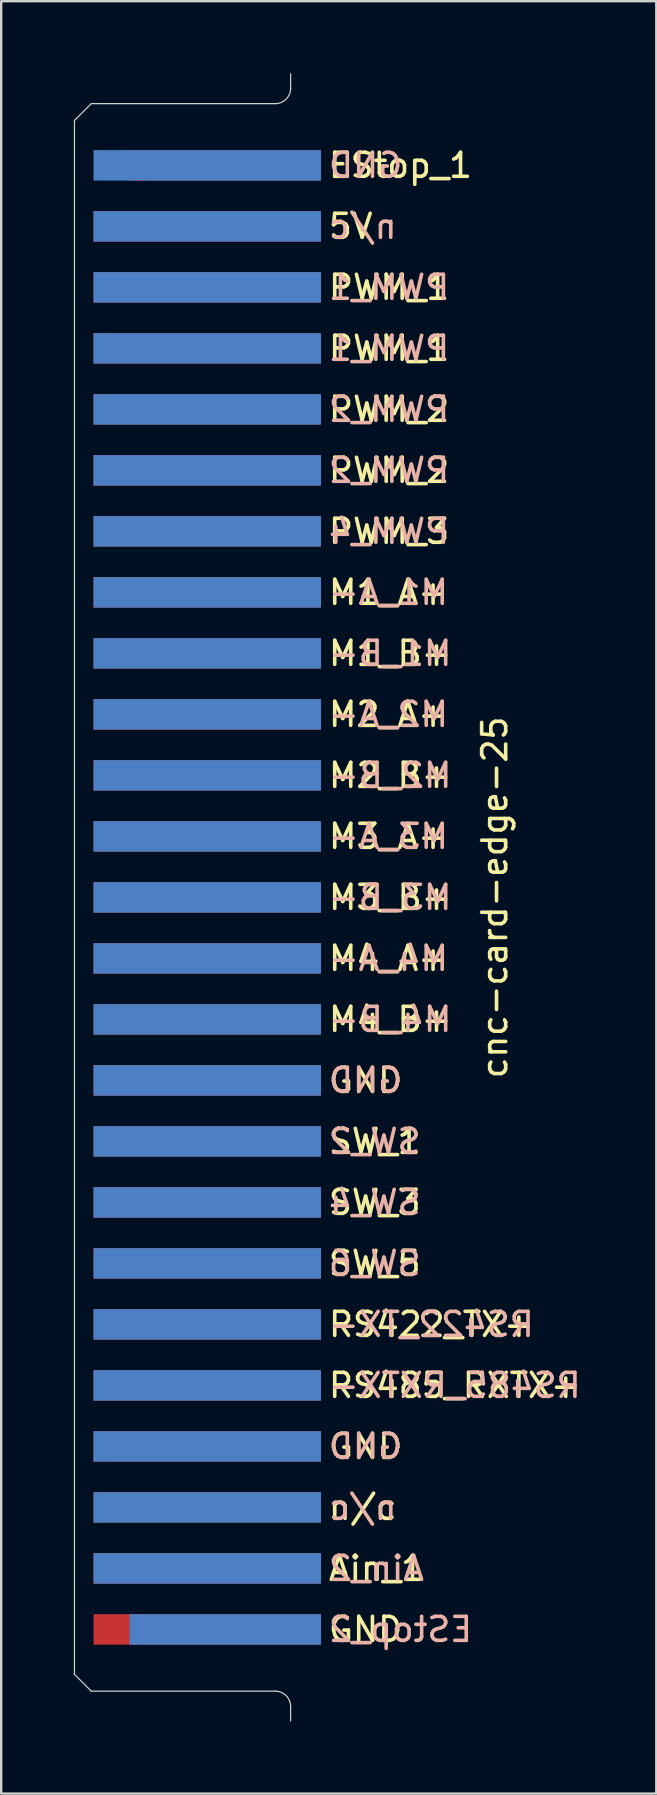
<source format=kicad_pcb>
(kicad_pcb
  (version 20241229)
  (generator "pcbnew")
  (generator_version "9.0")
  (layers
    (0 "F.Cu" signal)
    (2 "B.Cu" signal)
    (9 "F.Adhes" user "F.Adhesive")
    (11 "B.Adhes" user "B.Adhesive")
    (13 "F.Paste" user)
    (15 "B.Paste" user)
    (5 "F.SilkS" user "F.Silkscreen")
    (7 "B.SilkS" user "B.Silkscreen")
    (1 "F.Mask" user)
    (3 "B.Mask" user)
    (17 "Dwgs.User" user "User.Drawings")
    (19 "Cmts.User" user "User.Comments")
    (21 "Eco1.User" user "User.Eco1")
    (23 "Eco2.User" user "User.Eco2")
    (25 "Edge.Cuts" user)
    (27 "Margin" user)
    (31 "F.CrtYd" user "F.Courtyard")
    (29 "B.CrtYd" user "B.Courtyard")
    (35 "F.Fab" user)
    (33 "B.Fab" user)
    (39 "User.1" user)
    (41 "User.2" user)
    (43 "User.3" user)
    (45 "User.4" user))
  (footprint "cnc-card-edge-25"
    (layer "F.Cu")
    (at 9.05 34.315)
    (property "Reference" "cnc-card-edge-25" (at 8.5 0 270) (layer "F.SilkS") (effects (font (size 1 1) (thickness 0.15))))
    (attr through_hole)
    (fp_poly (pts (xy -9 -33.05) (xy 0 -33.05) (xy 0 33.05) (xy -9 33.05)) (stroke (width 0.1) (type solid)) (fill yes) (layer "F.Mask"))
    (fp_poly (pts (xy -9 -33.05) (xy 0 -33.05) (xy 0 33.05) (xy -9 33.05)) (stroke (width 0.1) (type solid)) (fill yes) (layer "B.Mask"))
    (fp_line (start -9 -32.35) (end -9 32.35) (stroke (width 0.05) (type solid)) (layer "Edge.Cuts"))
    (fp_line (start -9 32.35) (end -8.3 33.05) (stroke (width 0.05) (type solid)) (layer "Edge.Cuts"))
    (fp_line (start -8.3 -33.05) (end -9 -32.35) (stroke (width 0.05) (type solid)) (layer "Edge.Cuts"))
    (fp_line (start -8.3 33.05) (end -0.63 33.05) (stroke (width 0.05) (type solid)) (layer "Edge.Cuts"))
    (fp_line (start -0.63 -33.05) (end -8.3 -33.05) (stroke (width 0.05) (type solid)) (layer "Edge.Cuts"))
    (fp_line (start 0 -34.29) (end 0 -33.68) (stroke (width 0.05) (type solid)) (layer "Edge.Cuts"))
    (fp_line (start 0 33.685) (end 0 34.29) (stroke (width 0.05) (type solid)) (layer "Edge.Cuts"))
    (fp_arc (start -0.635 33.049999) (mid -0.185988 33.235986) (end -0.000001 33.684998) (stroke (width 0.05) (type solid)) (layer "Edge.Cuts"))
    (fp_arc (start -0.000001 -33.684998) (mid -0.185988 -33.235986) (end -0.635 -33.049999) (stroke (width 0.05) (type solid)) (layer "Edge.Cuts"))
    (fp_text user "SW_1" (at 1.5 10.16 0) (layer "F.SilkS") (effects (font (size 1 1) (thickness 0.15)) (justify left)))
    (fp_text user "Ain_1" (at 1.5 27.94 0) (layer "F.SilkS") (effects (font (size 1 1) (thickness 0.15)) (justify left)))
    (fp_text user "M2_B+" (at 1.5 -5.08 0) (layer "F.SilkS") (effects (font (size 1 1) (thickness 0.15)) (justify left)))
    (fp_text user "M4_B+" (at 1.5 5.08 0) (layer "F.SilkS") (effects (font (size 1 1) (thickness 0.15)) (justify left)))
    (fp_text user "M1_A+" (at 1.5 -12.7 0) (layer "F.SilkS") (effects (font (size 1 1) (thickness 0.15)) (justify left)))
    (fp_text user "PWM_2" (at 1.5 -17.78 0) (layer "F.SilkS") (effects (font (size 1 1) (thickness 0.15)) (justify left)))
    (fp_text user "PWM_1" (at 1.5 -22.86 0) (layer "F.SilkS") (effects (font (size 1 1) (thickness 0.15)) (justify left)))
    (fp_text user "EStop_1" (at 1.5 -30.48 0) (layer "F.SilkS") (effects (font (size 1 1) (thickness 0.15)) (justify left)))
    (fp_text user "RS422_TX+" (at 1.5 17.78 0) (layer "F.SilkS") (effects (font (size 1 1) (thickness 0.15)) (justify left)))
    (fp_text user "n/c" (at 1.5 25.4 0) (layer "F.SilkS") (effects (font (size 1 1) (thickness 0.15)) (justify left)))
    (fp_text user "GND" (at 1.5 30.48 0) (layer "F.SilkS") (effects (font (size 1 1) (thickness 0.15)) (justify left)))
    (fp_text user "GND" (at 1.5 22.86 0) (layer "F.SilkS") (effects (font (size 1 1) (thickness 0.15)) (justify left)))
    (fp_text user "SW_3" (at 1.5 12.7 0) (layer "F.SilkS") (effects (font (size 1 1) (thickness 0.15)) (justify left)))
    (fp_text user "M4_A+" (at 1.5 2.54 0) (layer "F.SilkS") (effects (font (size 1 1) (thickness 0.15)) (justify left)))
    (fp_text user "PWM_3" (at 1.5 -15.24 0) (layer "F.SilkS") (effects (font (size 1 1) (thickness 0.15)) (justify left)))
    (fp_text user "PWM_1" (at 1.5 -25.4 0) (layer "F.SilkS") (effects (font (size 1 1) (thickness 0.15)) (justify left)))
    (fp_text user "SW_5" (at 1.5 15.24 0) (layer "F.SilkS") (effects (font (size 1 1) (thickness 0.15)) (justify left)))
    (fp_text user "PWM_2" (at 1.5 -20.32 0) (layer "F.SilkS") (effects (font (size 1 1) (thickness 0.15)) (justify left)))
    (fp_text user "M3_B+" (at 1.5 0 0) (layer "F.SilkS") (effects (font (size 1 1) (thickness 0.15)) (justify left)))
    (fp_text user "M3_A+" (at 1.5 -2.54 0) (layer "F.SilkS") (effects (font (size 1 1) (thickness 0.15)) (justify left)))
    (fp_text user "GND" (at 1.5 7.62 0) (layer "F.SilkS") (effects (font (size 1 1) (thickness 0.15)) (justify left)))
    (fp_text user "5V" (at 1.5 -27.94 0) (layer "F.SilkS") (effects (font (size 1 1) (thickness 0.15)) (justify left)))
    (fp_text user "M1_B+" (at 1.5 -10.16 0) (layer "F.SilkS") (effects (font (size 1 1) (thickness 0.15)) (justify left)))
    (fp_text user "RS485_RXTX+" (at 1.5 20.32 0) (layer "F.SilkS") (effects (font (size 1 1) (thickness 0.15)) (justify left)))
    (fp_text user "M2_A+" (at 1.5 -7.62 0) (layer "F.SilkS") (effects (font (size 1 1) (thickness 0.15)) (justify left)))
    (fp_text user "n/c" (at 1.5 -27.94 0) (layer "B.SilkS") (effects (font (size 1 1) (thickness 0.15)) (justify right mirror)))
    (fp_text user "RS422_TX-" (at 1.5 17.78 0) (layer "B.SilkS") (effects (font (size 1 1) (thickness 0.15)) (justify right mirror)))
    (fp_text user "M4_B-" (at 1.5 5.08 0) (layer "B.SilkS") (effects (font (size 1 1) (thickness 0.15)) (justify right mirror)))
    (fp_text user "M1_A-" (at 1.5 -12.7 0) (layer "B.SilkS") (effects (font (size 1 1) (thickness 0.15)) (justify right mirror)))
    (fp_text user "GND" (at 1.5 22.86 0) (layer "B.SilkS") (effects (font (size 1 1) (thickness 0.15)) (justify right mirror)))
    (fp_text user "M3_A-" (at 1.5 -2.54 0) (layer "B.SilkS") (effects (font (size 1 1) (thickness 0.15)) (justify right mirror)))
    (fp_text user "SW_6" (at 1.5 15.24 0) (layer "B.SilkS") (effects (font (size 1 1) (thickness 0.15)) (justify right mirror)))
    (fp_text user "PWM_2" (at 1.5 -20.32 0) (layer "B.SilkS") (effects (font (size 1 1) (thickness 0.15)) (justify right mirror)))
    (fp_text user "SW_4" (at 1.5 12.7 0) (layer "B.SilkS") (effects (font (size 1 1) (thickness 0.15)) (justify right mirror)))
    (fp_text user "GND" (at 1.5 7.62 0) (layer "B.SilkS") (effects (font (size 1 1) (thickness 0.15)) (justify right mirror)))
    (fp_text user "PWM_2" (at 1.5 -17.78 0) (layer "B.SilkS") (effects (font (size 1 1) (thickness 0.15)) (justify right mirror)))
    (fp_text user "GND" (at 1.5 -30.48 0) (layer "B.SilkS") (effects (font (size 1 1) (thickness 0.15)) (justify right mirror)))
    (fp_text user "n/c" (at 1.5 25.4 0) (layer "B.SilkS") (effects (font (size 1 1) (thickness 0.15)) (justify right mirror)))
    (fp_text user "PWM_1" (at 1.5 -25.4 0) (layer "B.SilkS") (effects (font (size 1 1) (thickness 0.15)) (justify right mirror)))
    (fp_text user "M2_B-" (at 1.5 -5.08 0) (layer "B.SilkS") (effects (font (size 1 1) (thickness 0.15)) (justify right mirror)))
    (fp_text user "PWM_1" (at 1.5 -22.86 0) (layer "B.SilkS") (effects (font (size 1 1) (thickness 0.15)) (justify right mirror)))
    (fp_text user "EStop_2" (at 1.5 30.48 0) (layer "B.SilkS") (effects (font (size 1 1) (thickness 0.15)) (justify right mirror)))
    (fp_text user "SW_2" (at 1.5 10.16 0) (layer "B.SilkS") (effects (font (size 1 1) (thickness 0.15)) (justify right mirror)))
    (fp_text user "M2_A-" (at 1.5 -7.62 0) (layer "B.SilkS") (effects (font (size 1 1) (thickness 0.15)) (justify right mirror)))
    (fp_text user "M1_B-" (at 1.5 -10.16 0) (layer "B.SilkS") (effects (font (size 1 1) (thickness 0.15)) (justify right mirror)))
    (fp_text user "RS485_RXTX-" (at 1.5 20.32 0) (layer "B.SilkS") (effects (font (size 1 1) (thickness 0.15)) (justify right mirror)))
    (fp_text user "Ain_2" (at 1.5 27.94 0) (layer "B.SilkS") (effects (font (size 1 1) (thickness 0.15)) (justify right mirror)))
    (fp_text user "M3_B-" (at 1.5 0 0) (layer "B.SilkS") (effects (font (size 1 1) (thickness 0.15)) (justify right mirror)))
    (fp_text user "M4_A-" (at 1.5 2.54 0) (layer "B.SilkS") (effects (font (size 1 1) (thickness 0.15)) (justify right mirror)))
    (fp_text user "PWM_4" (at 1.5 -15.24 0) (layer "B.SilkS") (effects (font (size 1 1) (thickness 0.15)) (justify right mirror)))
    (pad "1" smd rect (at 1.15 -30.48) (size 7.97 1.27) (drill (offset -3.87 0)) (layers "F.Cu" "F.Mask"))
    (pad "2" smd rect (at 0.4 -30.48) (size 9.47 1.27) (drill (offset -3.87 0)) (layers "B.Cu" "B.Mask"))
    (pad "3" smd rect (at 0.4 -27.94) (size 9.47 1.27) (drill (offset -3.87 0)) (layers "F.Cu" "F.Mask"))
    (pad "4" smd rect (at 0.4 -27.94) (size 9.47 1.27) (drill (offset -3.87 0)) (layers "B.Cu" "B.Mask"))
    (pad "5" smd rect (at 0.4 -25.4) (size 9.47 1.27) (drill (offset -3.87 0)) (layers "F.Cu" "F.Mask"))
    (pad "6" smd rect (at 0.4 -25.4) (size 9.47 1.27) (drill (offset -3.87 0)) (layers "B.Cu" "B.Mask"))
    (pad "7" smd rect (at 0.4 -22.86) (size 9.47 1.27) (drill (offset -3.87 0)) (layers "F.Cu" "F.Mask"))
    (pad "8" smd rect (at 0.4 -22.86) (size 9.47 1.27) (drill (offset -3.87 0)) (layers "B.Cu" "B.Mask"))
    (pad "9" smd rect (at 0.4 -20.32) (size 9.47 1.27) (drill (offset -3.87 0)) (layers "F.Cu" "F.Mask"))
    (pad "10" smd rect (at 0.4 -20.32) (size 9.47 1.27) (drill (offset -3.87 0)) (layers "B.Cu" "B.Mask"))
    (pad "11" smd rect (at 0.4 -17.78) (size 9.47 1.27) (drill (offset -3.87 0)) (layers "F.Cu" "F.Mask"))
    (pad "12" smd rect (at 0.4 -17.78) (size 9.47 1.27) (drill (offset -3.87 0)) (layers "B.Cu" "B.Mask"))
    (pad "13" smd rect (at 0.4 -15.24) (size 9.47 1.27) (drill (offset -3.87 0)) (layers "F.Cu" "F.Mask"))
    (pad "14" smd rect (at 0.4 -15.24) (size 9.47 1.27) (drill (offset -3.87 0)) (layers "B.Cu" "B.Mask"))
    (pad "15" smd rect (at 0.4 -12.7) (size 9.47 1.27) (drill (offset -3.87 0)) (layers "F.Cu" "F.Mask"))
    (pad "16" smd rect (at 0.4 -12.7) (size 9.47 1.27) (drill (offset -3.87 0)) (layers "B.Cu" "B.Mask"))
    (pad "17" smd rect (at 0.4 -10.16) (size 9.47 1.27) (drill (offset -3.87 0)) (layers "F.Cu" "F.Mask"))
    (pad "18" smd rect (at 0.4 -10.16) (size 9.47 1.27) (drill (offset -3.87 0)) (layers "B.Cu" "B.Mask"))
    (pad "19" smd rect (at 0.4 -7.62) (size 9.47 1.27) (drill (offset -3.87 0)) (layers "F.Cu" "F.Mask"))
    (pad "20" smd rect (at 0.4 -7.62) (size 9.47 1.27) (drill (offset -3.87 0)) (layers "B.Cu" "B.Mask"))
    (pad "21" smd rect (at 0.4 -5.08) (size 9.47 1.27) (drill (offset -3.87 0)) (layers "F.Cu" "F.Mask"))
    (pad "22" smd rect (at 0.4 -5.08) (size 9.47 1.27) (drill (offset -3.87 0)) (layers "B.Cu" "B.Mask"))
    (pad "23" smd rect (at 0.4 -2.54) (size 9.47 1.27) (drill (offset -3.87 0)) (layers "F.Cu" "F.Mask"))
    (pad "24" smd rect (at 0.4 -2.54) (size 9.47 1.27) (drill (offset -3.87 0)) (layers "B.Cu" "B.Mask"))
    (pad "25" smd rect (at 0.4 0) (size 9.47 1.27) (drill (offset -3.87 0)) (layers "F.Cu" "F.Mask"))
    (pad "26" smd rect (at 0.4 0) (size 9.47 1.27) (drill (offset -3.87 0)) (layers "B.Cu" "B.Mask"))
    (pad "27" smd rect (at 0.4 2.54) (size 9.47 1.27) (drill (offset -3.87 0)) (layers "F.Cu" "F.Mask"))
    (pad "28" smd rect (at 0.4 2.54) (size 9.47 1.27) (drill (offset -3.87 0)) (layers "B.Cu" "B.Mask"))
    (pad "29" smd rect (at 0.4 5.08) (size 9.47 1.27) (drill (offset -3.87 0)) (layers "F.Cu" "F.Mask"))
    (pad "30" smd rect (at 0.4 5.08) (size 9.47 1.27) (drill (offset -3.87 0)) (layers "B.Cu" "B.Mask"))
    (pad "31" smd rect (at 0.4 7.62) (size 9.47 1.27) (drill (offset -3.87 0)) (layers "F.Cu" "F.Mask"))
    (pad "32" smd rect (at 0.4 7.62) (size 9.47 1.27) (drill (offset -3.87 0)) (layers "B.Cu" "B.Mask"))
    (pad "33" smd rect (at 0.4 10.16) (size 9.47 1.27) (drill (offset -3.87 0)) (layers "F.Cu" "F.Mask"))
    (pad "34" smd rect (at 0.4 10.16) (size 9.47 1.27) (drill (offset -3.87 0)) (layers "B.Cu" "B.Mask"))
    (pad "35" smd rect (at 0.4 12.7) (size 9.47 1.27) (drill (offset -3.87 0)) (layers "F.Cu" "F.Mask"))
    (pad "36" smd rect (at 0.4 12.7) (size 9.47 1.27) (drill (offset -3.87 0)) (layers "B.Cu" "B.Mask"))
    (pad "37" smd rect (at 0.4 15.24) (size 9.47 1.27) (drill (offset -3.87 0)) (layers "F.Cu" "F.Mask"))
    (pad "38" smd rect (at 0.4 15.24) (size 9.47 1.27) (drill (offset -3.87 0)) (layers "B.Cu" "B.Mask"))
    (pad "39" smd rect (at 0.4 17.78) (size 9.47 1.27) (drill (offset -3.87 0)) (layers "F.Cu" "F.Mask"))
    (pad "40" smd rect (at 0.4 17.78) (size 9.47 1.27) (drill (offset -3.87 0)) (layers "B.Cu" "B.Mask"))
    (pad "41" smd rect (at 0.4 20.32) (size 9.47 1.27) (drill (offset -3.87 0)) (layers "F.Cu" "F.Mask"))
    (pad "42" smd rect (at 0.4 20.32) (size 9.47 1.27) (drill (offset -3.87 0)) (layers "B.Cu" "B.Mask"))
    (pad "43" smd rect (at 0.4 22.86) (size 9.47 1.27) (drill (offset -3.87 0)) (layers "F.Cu" "F.Mask"))
    (pad "44" smd rect (at 0.4 22.86) (size 9.47 1.27) (drill (offset -3.87 0)) (layers "B.Cu" "B.Mask"))
    (pad "45" smd rect (at 0.4 25.4) (size 9.47 1.27) (drill (offset -3.87 0)) (layers "F.Cu" "F.Mask"))
    (pad "46" smd rect (at 0.4 25.4) (size 9.47 1.27) (drill (offset -3.87 0)) (layers "B.Cu" "B.Mask"))
    (pad "47" smd rect (at 0.4 27.94) (size 9.47 1.27) (drill (offset -3.87 0)) (layers "F.Cu" "F.Mask"))
    (pad "48" smd rect (at 0.4 27.94) (size 9.47 1.27) (drill (offset -3.87 0)) (layers "B.Cu" "B.Mask"))
    (pad "49" smd rect (at 0.4 30.48) (size 9.47 1.27) (drill (offset -3.87 0)) (layers "F.Cu" "F.Mask"))
    (pad "50" smd rect (at 1.15 30.48) (size 7.97 1.27) (drill (offset -3.87 0)) (layers "B.Cu" "B.Mask")))
  (gr_rect
    (start -3 -3)
    (end 24.276 71.63)
    (stroke (width 0.1) (type default))
    (fill no)
    (layer "Edge.Cuts")))
</source>
